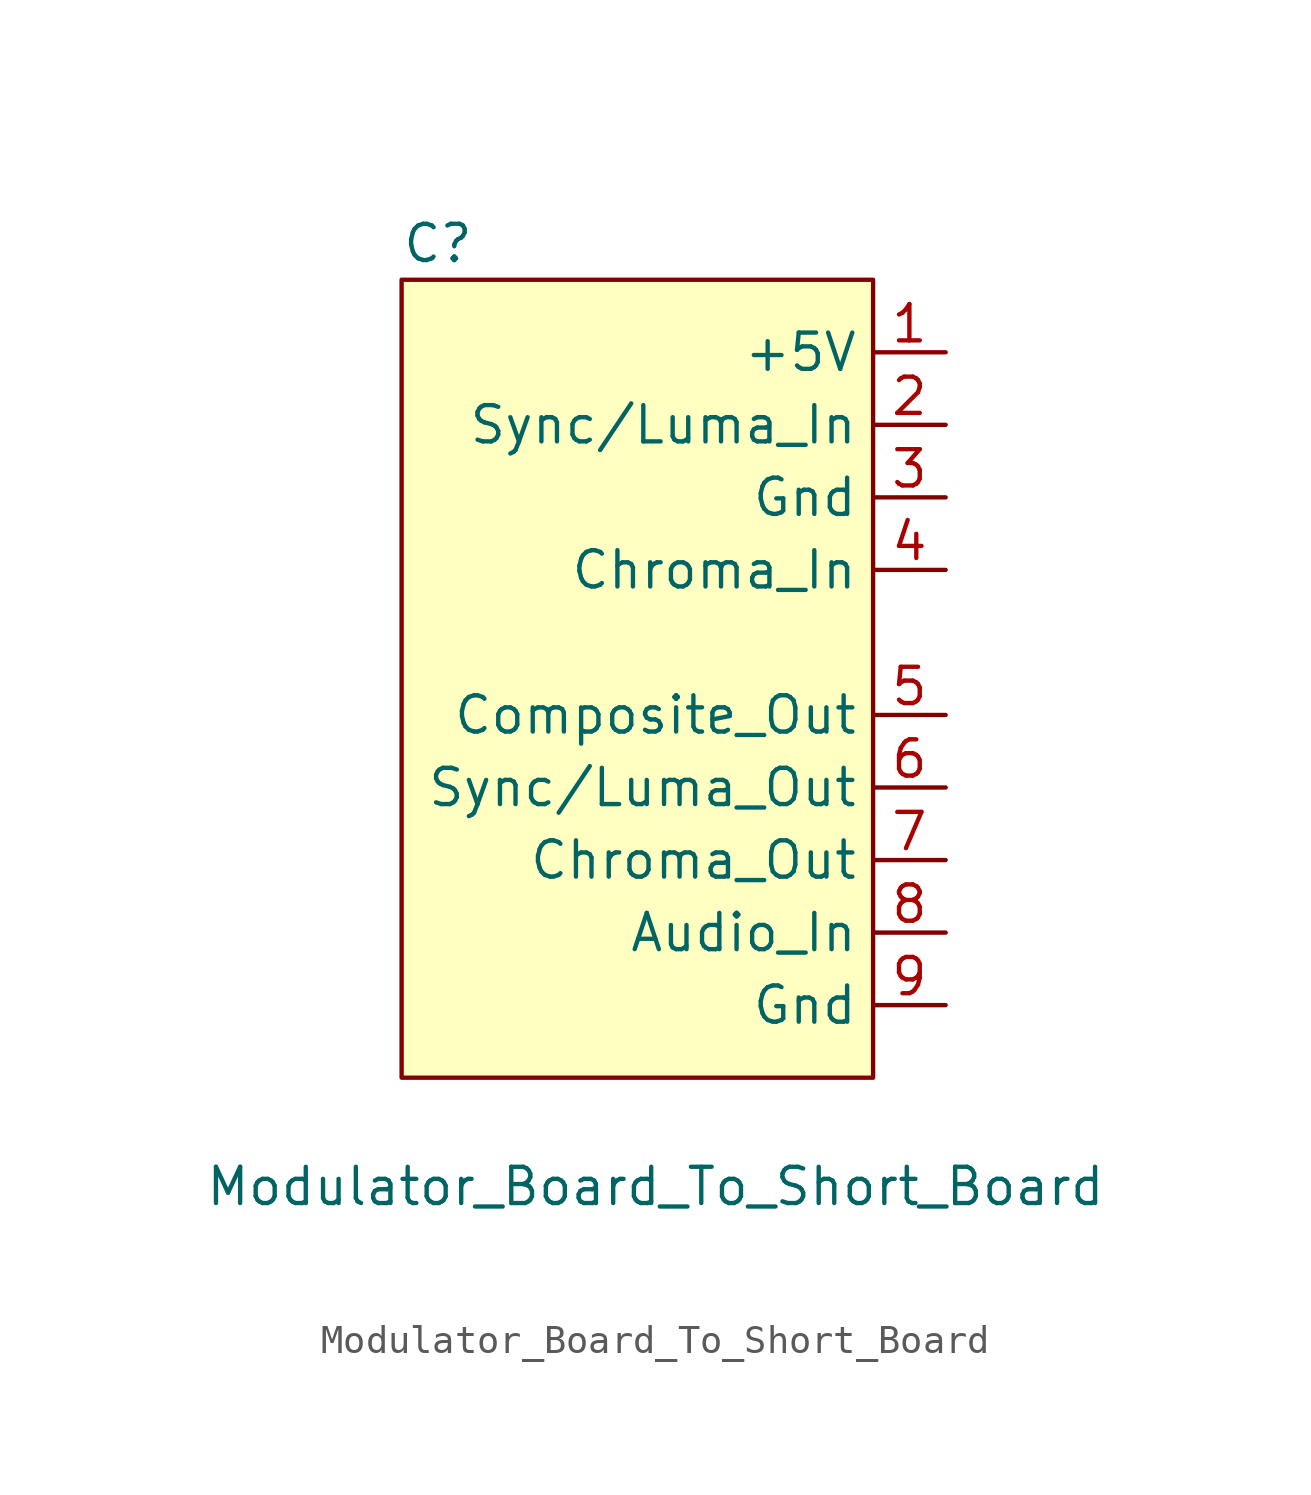
<source format=kicad_sym>
(kicad_symbol_lib
  (version 20211014)
  (generator kicad_symbol_editor)
  (symbol "Modulator_Board_To_Short_Board"
    (property "Reference" "C"
      (at -6.35 13.97 0)
      (effects (font (size 1.27 1.27))))
    (property "Value" "Modulator_Board_To_Short_Board"
      (at 1.27 -19.05 0)
      (effects (font (size 1.27 1.27))))
    (symbol "Modulator_Board_To_Short_Board_0_1"
      (rectangle (start 8.89 12.7) (end -7.62 -15.24) (stroke (width 0) (type default) (color 0 0 0 0)) (fill (type background))))
    (symbol "Modulator_Board_To_Short_Board_1_1"
      (pin passive line (at 11.43 10.16 180) (length 2.54) (name "+5V" (effects (font (size 1.27 1.27)))) (number "1" (effects (font (size 1.27 1.27)))))
      (pin passive line (at 11.43 7.62 180) (length 2.54) (name "Sync/Luma_In" (effects (font (size 1.27 1.27)))) (number "2" (effects (font (size 1.27 1.27)))))
      (pin passive line (at 11.43 5.08 180) (length 2.54) (name "Gnd" (effects (font (size 1.27 1.27)))) (number "3" (effects (font (size 1.27 1.27)))))
      (pin passive line (at 11.43 2.54 180) (length 2.54) (name "Chroma_In" (effects (font (size 1.27 1.27)))) (number "4" (effects (font (size 1.27 1.27)))))
      (pin passive line (at 11.43 -2.54 180) (length 2.54) (name "Composite_Out" (effects (font (size 1.27 1.27)))) (number "5" (effects (font (size 1.27 1.27)))))
      (pin passive line (at 11.43 -5.08 180) (length 2.54) (name "Sync/Luma_Out" (effects (font (size 1.27 1.27)))) (number "6" (effects (font (size 1.27 1.27)))))
      (pin passive line (at 11.43 -7.62 180) (length 2.54) (name "Chroma_Out" (effects (font (size 1.27 1.27)))) (number "7" (effects (font (size 1.27 1.27)))))
      (pin passive line (at 11.43 -10.16 180) (length 2.54) (name "Audio_In" (effects (font (size 1.27 1.27)))) (number "8" (effects (font (size 1.27 1.27)))))
      (pin passive line (at 11.43 -12.7 180) (length 2.54) (name "Gnd" (effects (font (size 1.27 1.27)))) (number "9" (effects (font (size 1.27 1.27))))))))
</source>
